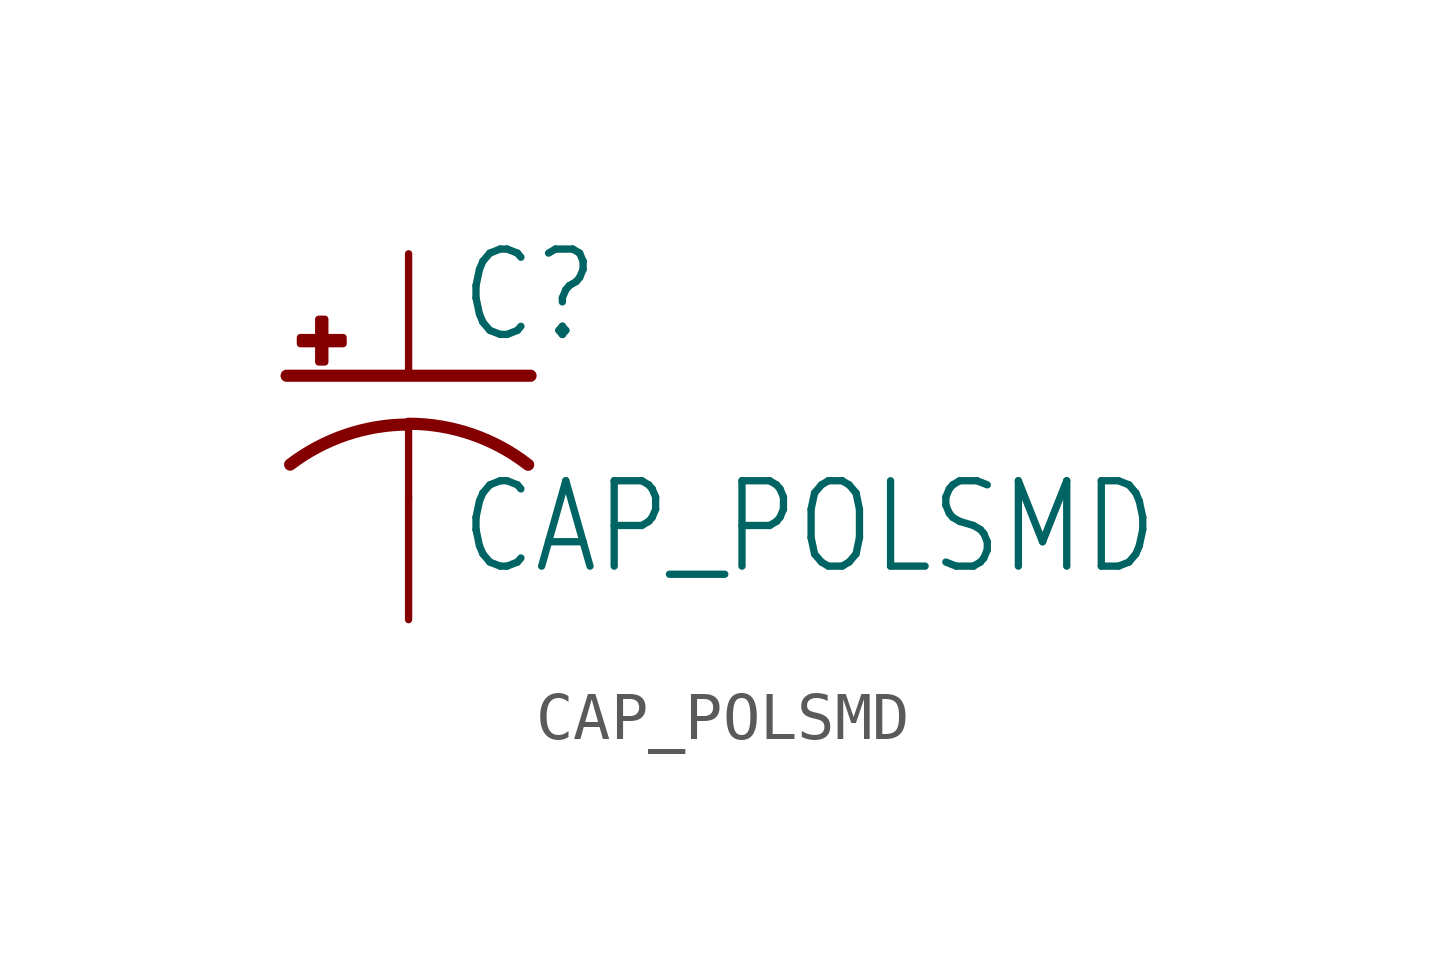
<source format=kicad_sym>
(kicad_symbol_lib
  (version 20200126)
  (host kicad_symbol_editor "5.99.0-unknown-aa7ce74~88~ubuntu18.04.1")
  (symbol "CAP_POLSMD"
    (property "Reference" "C"
      (at 1.016 0.635 0)
      (effects (font (size 1.778 1.511)) (justify left bottom)))
    (property "Value" "CAP_POLSMD"
      (at 1.016 -4.191 0)
      (effects (font (size 1.778 1.511)) (justify left bottom)))
    (property "ki_locked" ""
      (at 0 0 0)
      (effects (font (size 1.27 1.27))))
    (symbol "CAP_POLSMD_1_0"
      (arc (start 2.4892 -1.8542) (end 0 -1) (radius (at 0 -5.0542) (length 4.0541) (angles 52.1 90)) (stroke (width 0.254)) (fill (type none)))
      (arc (start 0 -1.0161) (end -2.4669 -1.8504) (radius (at -0.0001 -5.0797) (length 4.0636) (angles 90 127.4)) (stroke (width 0.254)) (fill (type none)))
      (rectangle (start -2.253 0.668) (end -1.364 0.795) (stroke (width 0)) (fill (type outline)))
      (rectangle (start -1.872 0.287) (end -1.745 1.176) (stroke (width 0)) (fill (type outline)))
      (polyline (pts (xy -2.54 0) (xy 2.54 0)) (stroke (width 0.254)) (fill (type none)))
      (polyline (pts (xy 0 -1.016) (xy 0 -1.016)) (stroke (width 0.152)) (fill (type none)))
      (polyline (pts (xy 0 -1.016) (xy 0 -2.54)) (stroke (width 0.152)) (fill (type none)))
      (pin passive line (at 0 2.54 270) (length 2.54) (name "+" (effects (font (size 0 0)))) (number "+" (effects (font (size 0 0)))))
      (pin passive line (at 0 -5.08 90) (length 2.54) (name "-" (effects (font (size 0 0)))) (number "-" (effects (font (size 0 0))))))))
</source>
